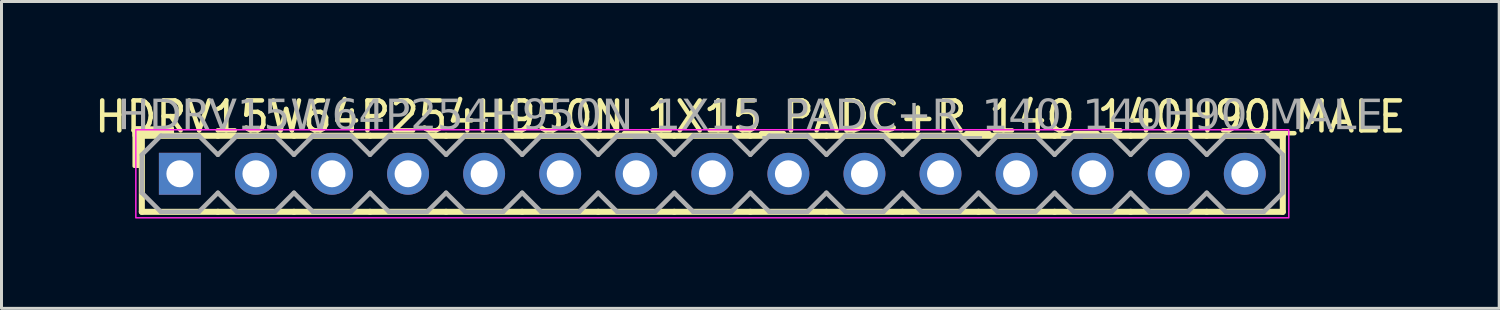
<source format=kicad_pcb>
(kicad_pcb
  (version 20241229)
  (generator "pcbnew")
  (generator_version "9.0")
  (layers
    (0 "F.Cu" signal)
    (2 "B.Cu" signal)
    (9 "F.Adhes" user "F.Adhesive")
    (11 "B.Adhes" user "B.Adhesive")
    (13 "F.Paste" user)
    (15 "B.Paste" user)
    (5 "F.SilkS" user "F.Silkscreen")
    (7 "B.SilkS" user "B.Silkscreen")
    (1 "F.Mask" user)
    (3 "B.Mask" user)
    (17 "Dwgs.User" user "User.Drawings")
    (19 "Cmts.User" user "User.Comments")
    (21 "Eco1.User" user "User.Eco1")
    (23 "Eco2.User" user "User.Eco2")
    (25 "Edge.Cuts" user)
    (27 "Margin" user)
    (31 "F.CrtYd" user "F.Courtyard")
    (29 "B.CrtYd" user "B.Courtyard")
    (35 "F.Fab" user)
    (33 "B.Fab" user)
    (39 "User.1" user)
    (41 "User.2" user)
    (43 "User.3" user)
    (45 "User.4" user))
  (footprint "HDRV15W64P254H950N_1X15_PADC+R_140_140H90_MALE"
    (layer "F.Cu")
    (at 20.736 2.753)
    (property "Reference" "HDRV15W64P254H950N_1X15_PADC+R_140_140H90_MALE" (at 1.27 -1.905 0) (layer "F.SilkS") (effects (font (size 1 1) (thickness 0.15))))
    (attr through_hole)
    (fp_line (start -19.05 1.27) (end -19.05 -1.27) (stroke (width 0.203) (type solid)) (layer "F.SilkS"))
    (fp_line (start -16.51 -1.27) (end -19.05 -1.27) (stroke (width 0.203) (type solid)) (layer "F.SilkS"))
    (fp_line (start -16.51 1.27) (end -19.05 1.27) (stroke (width 0.203) (type solid)) (layer "F.SilkS"))
    (fp_line (start -13.97 -1.27) (end -16.51 -1.27) (stroke (width 0.203) (type solid)) (layer "F.SilkS"))
    (fp_line (start -13.97 1.27) (end -16.51 1.27) (stroke (width 0.203) (type solid)) (layer "F.SilkS"))
    (fp_line (start -11.43 -1.27) (end -13.97 -1.27) (stroke (width 0.203) (type solid)) (layer "F.SilkS"))
    (fp_line (start -11.43 1.27) (end -13.97 1.27) (stroke (width 0.203) (type solid)) (layer "F.SilkS"))
    (fp_line (start -8.89 -1.27) (end -11.43 -1.27) (stroke (width 0.203) (type solid)) (layer "F.SilkS"))
    (fp_line (start -8.89 1.27) (end -11.43 1.27) (stroke (width 0.203) (type solid)) (layer "F.SilkS"))
    (fp_line (start -6.35 -1.27) (end -8.89 -1.27) (stroke (width 0.203) (type solid)) (layer "F.SilkS"))
    (fp_line (start -6.35 1.27) (end -8.89 1.27) (stroke (width 0.203) (type solid)) (layer "F.SilkS"))
    (fp_line (start -3.81 -1.27) (end -6.35 -1.27) (stroke (width 0.203) (type solid)) (layer "F.SilkS"))
    (fp_line (start -3.81 1.27) (end -6.35 1.27) (stroke (width 0.203) (type solid)) (layer "F.SilkS"))
    (fp_line (start -1.27 -1.27) (end -3.81 -1.27) (stroke (width 0.203) (type solid)) (layer "F.SilkS"))
    (fp_line (start -1.27 1.27) (end -3.81 1.27) (stroke (width 0.203) (type solid)) (layer "F.SilkS"))
    (fp_line (start 1.27 -1.27) (end -1.27 -1.27) (stroke (width 0.203) (type solid)) (layer "F.SilkS"))
    (fp_line (start 1.27 1.27) (end -1.27 1.27) (stroke (width 0.203) (type solid)) (layer "F.SilkS"))
    (fp_line (start 3.81 -1.27) (end 1.27 -1.27) (stroke (width 0.203) (type solid)) (layer "F.SilkS"))
    (fp_line (start 3.81 1.27) (end 1.27 1.27) (stroke (width 0.203) (type solid)) (layer "F.SilkS"))
    (fp_line (start 6.35 -1.27) (end 3.81 -1.27) (stroke (width 0.203) (type solid)) (layer "F.SilkS"))
    (fp_line (start 6.35 1.27) (end 3.81 1.27) (stroke (width 0.203) (type solid)) (layer "F.SilkS"))
    (fp_line (start 8.89 -1.27) (end 6.35 -1.27) (stroke (width 0.203) (type solid)) (layer "F.SilkS"))
    (fp_line (start 8.89 1.27) (end 6.35 1.27) (stroke (width 0.203) (type solid)) (layer "F.SilkS"))
    (fp_line (start 11.43 -1.27) (end 8.89 -1.27) (stroke (width 0.203) (type solid)) (layer "F.SilkS"))
    (fp_line (start 11.43 1.27) (end 8.89 1.27) (stroke (width 0.203) (type solid)) (layer "F.SilkS"))
    (fp_line (start 13.97 -1.27) (end 11.43 -1.27) (stroke (width 0.203) (type solid)) (layer "F.SilkS"))
    (fp_line (start 13.97 1.27) (end 11.43 1.27) (stroke (width 0.203) (type solid)) (layer "F.SilkS"))
    (fp_line (start 16.51 -1.27) (end 13.97 -1.27) (stroke (width 0.203) (type solid)) (layer "F.SilkS"))
    (fp_line (start 16.51 1.27) (end 13.97 1.27) (stroke (width 0.203) (type solid)) (layer "F.SilkS"))
    (fp_line (start 19.05 -1.27) (end 16.51 -1.27) (stroke (width 0.203) (type solid)) (layer "F.SilkS"))
    (fp_line (start 19.05 1.27) (end 16.51 1.27) (stroke (width 0.203) (type solid)) (layer "F.SilkS"))
    (fp_line (start 19.05 1.27) (end 19.05 -1.27) (stroke (width 0.203) (type solid)) (layer "F.SilkS"))
    (fp_rect (start -19.304 -0.254) (end -19.05 -1.524) (stroke (width 0.12) (type solid)) (fill yes) (layer "F.SilkS"))
    (fp_rect (start -18.034 -1.27) (end -19.304 -1.524) (stroke (width 0.12) (type solid)) (fill yes) (layer "F.SilkS"))
    (fp_rect (start -19.25 -1.47) (end 19.25 1.47) (stroke (width 0.05) (type default)) (fill no) (layer "F.CrtYd"))
    (fp_line (start -19.05 -0.635) (end -19.05 0.635) (stroke (width 0.152) (type solid)) (layer "F.Fab"))
    (fp_line (start -19.05 -0.635) (end -18.415 -1.27) (stroke (width 0.152) (type solid)) (layer "F.Fab"))
    (fp_line (start -18.415 -1.27) (end -17.145 -1.27) (stroke (width 0.152) (type solid)) (layer "F.Fab"))
    (fp_line (start -18.415 1.27) (end -19.05 0.635) (stroke (width 0.152) (type solid)) (layer "F.Fab"))
    (fp_line (start -17.145 -1.27) (end -16.51 -0.635) (stroke (width 0.152) (type solid)) (layer "F.Fab"))
    (fp_line (start -17.145 1.27) (end -18.415 1.27) (stroke (width 0.152) (type solid)) (layer "F.Fab"))
    (fp_line (start -16.51 -0.635) (end -15.875 -1.27) (stroke (width 0.152) (type solid)) (layer "F.Fab"))
    (fp_line (start -16.51 0.635) (end -17.145 1.27) (stroke (width 0.152) (type solid)) (layer "F.Fab"))
    (fp_line (start -15.875 -1.27) (end -14.605 -1.27) (stroke (width 0.152) (type solid)) (layer "F.Fab"))
    (fp_line (start -15.875 1.27) (end -16.51 0.635) (stroke (width 0.152) (type solid)) (layer "F.Fab"))
    (fp_line (start -14.605 -1.27) (end -13.97 -0.635) (stroke (width 0.152) (type solid)) (layer "F.Fab"))
    (fp_line (start -14.605 1.27) (end -15.875 1.27) (stroke (width 0.152) (type solid)) (layer "F.Fab"))
    (fp_line (start -13.97 -0.635) (end -13.335 -1.27) (stroke (width 0.152) (type solid)) (layer "F.Fab"))
    (fp_line (start -13.97 0.635) (end -14.605 1.27) (stroke (width 0.152) (type solid)) (layer "F.Fab"))
    (fp_line (start -13.335 -1.27) (end -12.065 -1.27) (stroke (width 0.152) (type solid)) (layer "F.Fab"))
    (fp_line (start -13.335 1.27) (end -13.97 0.635) (stroke (width 0.152) (type solid)) (layer "F.Fab"))
    (fp_line (start -12.065 -1.27) (end -11.43 -0.635) (stroke (width 0.152) (type solid)) (layer "F.Fab"))
    (fp_line (start -12.065 1.27) (end -13.335 1.27) (stroke (width 0.152) (type solid)) (layer "F.Fab"))
    (fp_line (start -11.43 -0.635) (end -10.795 -1.27) (stroke (width 0.152) (type solid)) (layer "F.Fab"))
    (fp_line (start -11.43 0.635) (end -12.065 1.27) (stroke (width 0.152) (type solid)) (layer "F.Fab"))
    (fp_line (start -10.795 -1.27) (end -9.525 -1.27) (stroke (width 0.152) (type solid)) (layer "F.Fab"))
    (fp_line (start -10.795 1.27) (end -11.43 0.635) (stroke (width 0.152) (type solid)) (layer "F.Fab"))
    (fp_line (start -9.525 -1.27) (end -8.89 -0.635) (stroke (width 0.152) (type solid)) (layer "F.Fab"))
    (fp_line (start -9.525 1.27) (end -10.795 1.27) (stroke (width 0.152) (type solid)) (layer "F.Fab"))
    (fp_line (start -8.89 -0.635) (end -8.255 -1.27) (stroke (width 0.152) (type solid)) (layer "F.Fab"))
    (fp_line (start -8.89 0.635) (end -9.525 1.27) (stroke (width 0.152) (type solid)) (layer "F.Fab"))
    (fp_line (start -8.255 -1.27) (end -6.985 -1.27) (stroke (width 0.152) (type solid)) (layer "F.Fab"))
    (fp_line (start -8.255 1.27) (end -8.89 0.635) (stroke (width 0.152) (type solid)) (layer "F.Fab"))
    (fp_line (start -6.985 -1.27) (end -6.35 -0.635) (stroke (width 0.152) (type solid)) (layer "F.Fab"))
    (fp_line (start -6.985 1.27) (end -8.255 1.27) (stroke (width 0.152) (type solid)) (layer "F.Fab"))
    (fp_line (start -6.35 -0.635) (end -5.715 -1.27) (stroke (width 0.152) (type solid)) (layer "F.Fab"))
    (fp_line (start -6.35 0.635) (end -6.985 1.27) (stroke (width 0.152) (type solid)) (layer "F.Fab"))
    (fp_line (start -5.715 -1.27) (end -4.445 -1.27) (stroke (width 0.152) (type solid)) (layer "F.Fab"))
    (fp_line (start -5.715 1.27) (end -6.35 0.635) (stroke (width 0.152) (type solid)) (layer "F.Fab"))
    (fp_line (start -4.445 -1.27) (end -3.81 -0.635) (stroke (width 0.152) (type solid)) (layer "F.Fab"))
    (fp_line (start -4.445 1.27) (end -5.715 1.27) (stroke (width 0.152) (type solid)) (layer "F.Fab"))
    (fp_line (start -3.81 -0.635) (end -3.175 -1.27) (stroke (width 0.152) (type solid)) (layer "F.Fab"))
    (fp_line (start -3.81 0.635) (end -4.445 1.27) (stroke (width 0.152) (type solid)) (layer "F.Fab"))
    (fp_line (start -3.175 -1.27) (end -1.905 -1.27) (stroke (width 0.152) (type solid)) (layer "F.Fab"))
    (fp_line (start -3.175 1.27) (end -3.81 0.635) (stroke (width 0.152) (type solid)) (layer "F.Fab"))
    (fp_line (start -1.905 -1.27) (end -1.27 -0.635) (stroke (width 0.152) (type solid)) (layer "F.Fab"))
    (fp_line (start -1.905 1.27) (end -3.175 1.27) (stroke (width 0.152) (type solid)) (layer "F.Fab"))
    (fp_line (start -1.27 -0.635) (end -0.635 -1.27) (stroke (width 0.152) (type solid)) (layer "F.Fab"))
    (fp_line (start -1.27 0.635) (end -1.905 1.27) (stroke (width 0.152) (type solid)) (layer "F.Fab"))
    (fp_line (start -0.635 -1.27) (end 0.635 -1.27) (stroke (width 0.152) (type solid)) (layer "F.Fab"))
    (fp_line (start -0.635 1.27) (end -1.27 0.635) (stroke (width 0.152) (type solid)) (layer "F.Fab"))
    (fp_line (start 0.635 -1.27) (end 1.27 -0.635) (stroke (width 0.152) (type solid)) (layer "F.Fab"))
    (fp_line (start 0.635 1.27) (end -0.635 1.27) (stroke (width 0.152) (type solid)) (layer "F.Fab"))
    (fp_line (start 1.27 -0.635) (end 1.905 -1.27) (stroke (width 0.152) (type solid)) (layer "F.Fab"))
    (fp_line (start 1.27 0.635) (end 0.635 1.27) (stroke (width 0.152) (type solid)) (layer "F.Fab"))
    (fp_line (start 1.905 -1.27) (end 3.175 -1.27) (stroke (width 0.152) (type solid)) (layer "F.Fab"))
    (fp_line (start 1.905 1.27) (end 1.27 0.635) (stroke (width 0.152) (type solid)) (layer "F.Fab"))
    (fp_line (start 3.175 -1.27) (end 3.81 -0.635) (stroke (width 0.152) (type solid)) (layer "F.Fab"))
    (fp_line (start 3.175 1.27) (end 1.905 1.27) (stroke (width 0.152) (type solid)) (layer "F.Fab"))
    (fp_line (start 3.81 -0.635) (end 4.445 -1.27) (stroke (width 0.152) (type solid)) (layer "F.Fab"))
    (fp_line (start 3.81 0.635) (end 3.175 1.27) (stroke (width 0.152) (type solid)) (layer "F.Fab"))
    (fp_line (start 4.445 -1.27) (end 5.715 -1.27) (stroke (width 0.152) (type solid)) (layer "F.Fab"))
    (fp_line (start 4.445 1.27) (end 3.81 0.635) (stroke (width 0.152) (type solid)) (layer "F.Fab"))
    (fp_line (start 5.715 -1.27) (end 6.35 -0.635) (stroke (width 0.152) (type solid)) (layer "F.Fab"))
    (fp_line (start 5.715 1.27) (end 4.445 1.27) (stroke (width 0.152) (type solid)) (layer "F.Fab"))
    (fp_line (start 6.35 -0.635) (end 6.985 -1.27) (stroke (width 0.152) (type solid)) (layer "F.Fab"))
    (fp_line (start 6.35 0.635) (end 5.715 1.27) (stroke (width 0.152) (type solid)) (layer "F.Fab"))
    (fp_line (start 6.985 -1.27) (end 8.255 -1.27) (stroke (width 0.152) (type solid)) (layer "F.Fab"))
    (fp_line (start 6.985 1.27) (end 6.35 0.635) (stroke (width 0.152) (type solid)) (layer "F.Fab"))
    (fp_line (start 8.255 -1.27) (end 8.89 -0.635) (stroke (width 0.152) (type solid)) (layer "F.Fab"))
    (fp_line (start 8.255 1.27) (end 6.985 1.27) (stroke (width 0.152) (type solid)) (layer "F.Fab"))
    (fp_line (start 8.89 -0.635) (end 9.525 -1.27) (stroke (width 0.152) (type solid)) (layer "F.Fab"))
    (fp_line (start 8.89 0.635) (end 8.255 1.27) (stroke (width 0.152) (type solid)) (layer "F.Fab"))
    (fp_line (start 9.525 -1.27) (end 10.795 -1.27) (stroke (width 0.152) (type solid)) (layer "F.Fab"))
    (fp_line (start 9.525 1.27) (end 8.89 0.635) (stroke (width 0.152) (type solid)) (layer "F.Fab"))
    (fp_line (start 10.795 -1.27) (end 11.43 -0.635) (stroke (width 0.152) (type solid)) (layer "F.Fab"))
    (fp_line (start 10.795 1.27) (end 9.525 1.27) (stroke (width 0.152) (type solid)) (layer "F.Fab"))
    (fp_line (start 11.43 -0.635) (end 12.065 -1.27) (stroke (width 0.152) (type solid)) (layer "F.Fab"))
    (fp_line (start 11.43 0.635) (end 10.795 1.27) (stroke (width 0.152) (type solid)) (layer "F.Fab"))
    (fp_line (start 12.065 -1.27) (end 13.335 -1.27) (stroke (width 0.152) (type solid)) (layer "F.Fab"))
    (fp_line (start 12.065 1.27) (end 11.43 0.635) (stroke (width 0.152) (type solid)) (layer "F.Fab"))
    (fp_line (start 13.335 -1.27) (end 13.97 -0.635) (stroke (width 0.152) (type solid)) (layer "F.Fab"))
    (fp_line (start 13.335 1.27) (end 12.065 1.27) (stroke (width 0.152) (type solid)) (layer "F.Fab"))
    (fp_line (start 13.97 -0.635) (end 14.605 -1.27) (stroke (width 0.152) (type solid)) (layer "F.Fab"))
    (fp_line (start 13.97 0.635) (end 13.335 1.27) (stroke (width 0.152) (type solid)) (layer "F.Fab"))
    (fp_line (start 14.605 -1.27) (end 15.875 -1.27) (stroke (width 0.152) (type solid)) (layer "F.Fab"))
    (fp_line (start 14.605 1.27) (end 13.97 0.635) (stroke (width 0.152) (type solid)) (layer "F.Fab"))
    (fp_line (start 15.875 -1.27) (end 16.51 -0.635) (stroke (width 0.152) (type solid)) (layer "F.Fab"))
    (fp_line (start 15.875 1.27) (end 14.605 1.27) (stroke (width 0.152) (type solid)) (layer "F.Fab"))
    (fp_line (start 16.51 -0.635) (end 17.145 -1.27) (stroke (width 0.152) (type solid)) (layer "F.Fab"))
    (fp_line (start 16.51 0.635) (end 15.875 1.27) (stroke (width 0.152) (type solid)) (layer "F.Fab"))
    (fp_line (start 17.145 -1.27) (end 18.415 -1.27) (stroke (width 0.152) (type solid)) (layer "F.Fab"))
    (fp_line (start 17.145 1.27) (end 16.51 0.635) (stroke (width 0.152) (type solid)) (layer "F.Fab"))
    (fp_line (start 18.415 -1.27) (end 19.05 -0.635) (stroke (width 0.152) (type solid)) (layer "F.Fab"))
    (fp_line (start 18.415 1.27) (end 17.145 1.27) (stroke (width 0.152) (type solid)) (layer "F.Fab"))
    (fp_line (start 19.05 -0.635) (end 19.05 0.635) (stroke (width 0.152) (type solid)) (layer "F.Fab"))
    (fp_line (start 19.05 0.635) (end 18.415 1.27) (stroke (width 0.152) (type solid)) (layer "F.Fab"))
    (fp_rect (start -17.526 -0.254) (end -18.034 0.254) (stroke (width 0.152) (type solid)) (fill no) (layer "F.Fab"))
    (fp_rect (start -14.986 -0.254) (end -15.494 0.254) (stroke (width 0.152) (type solid)) (fill no) (layer "F.Fab"))
    (fp_rect (start -12.446 -0.254) (end -12.954 0.254) (stroke (width 0.152) (type solid)) (fill no) (layer "F.Fab"))
    (fp_rect (start -9.906 -0.254) (end -10.414 0.254) (stroke (width 0.152) (type solid)) (fill no) (layer "F.Fab"))
    (fp_rect (start -7.366 -0.254) (end -7.874 0.254) (stroke (width 0.152) (type solid)) (fill no) (layer "F.Fab"))
    (fp_rect (start -4.826 -0.254) (end -5.334 0.254) (stroke (width 0.152) (type solid)) (fill no) (layer "F.Fab"))
    (fp_rect (start -2.286 -0.254) (end -2.794 0.254) (stroke (width 0.152) (type solid)) (fill no) (layer "F.Fab"))
    (fp_rect (start 0.254 -0.254) (end -0.254 0.254) (stroke (width 0.152) (type solid)) (fill no) (layer "F.Fab"))
    (fp_rect (start 2.794 -0.254) (end 2.286 0.254) (stroke (width 0.152) (type solid)) (fill no) (layer "F.Fab"))
    (fp_rect (start 5.334 -0.254) (end 4.826 0.254) (stroke (width 0.152) (type solid)) (fill no) (layer "F.Fab"))
    (fp_rect (start 7.874 -0.254) (end 7.366 0.254) (stroke (width 0.152) (type solid)) (fill no) (layer "F.Fab"))
    (fp_rect (start 10.414 -0.254) (end 9.906 0.254) (stroke (width 0.152) (type solid)) (fill no) (layer "F.Fab"))
    (fp_rect (start 12.954 -0.254) (end 12.446 0.254) (stroke (width 0.152) (type solid)) (fill no) (layer "F.Fab"))
    (fp_rect (start 15.494 -0.254) (end 14.986 0.254) (stroke (width 0.152) (type solid)) (fill no) (layer "F.Fab"))
    (fp_rect (start 18.034 -0.254) (end 17.526 0.254) (stroke (width 0.152) (type solid)) (fill no) (layer "F.Fab"))
    (fp_text user "${REFERENCE}" (at 1.27 -1.905 0) (layer "F.Fab") (effects (font (face "Tahoma") (size 1 1) (thickness 0.15))))
    (pad "1" thru_hole rect (at -17.78 0) (size 1.4 1.4) (drill 0.9) (layers "*.Cu" "*.Mask"))
    (pad "2" thru_hole circle (at -15.24 0) (size 1.4 1.4) (drill 0.9) (layers "*.Cu" "*.Mask"))
    (pad "3" thru_hole circle (at -12.7 0) (size 1.4 1.4) (drill 0.9) (layers "*.Cu" "*.Mask"))
    (pad "4" thru_hole circle (at -10.16 0) (size 1.4 1.4) (drill 0.9) (layers "*.Cu" "*.Mask"))
    (pad "5" thru_hole circle (at -7.62 0) (size 1.4 1.4) (drill 0.9) (layers "*.Cu" "*.Mask"))
    (pad "6" thru_hole circle (at -5.08 0) (size 1.4 1.4) (drill 0.9) (layers "*.Cu" "*.Mask"))
    (pad "7" thru_hole circle (at -2.54 0) (size 1.4 1.4) (drill 0.9) (layers "*.Cu" "*.Mask"))
    (pad "8" thru_hole circle (at 0 0) (size 1.4 1.4) (drill 0.9) (layers "*.Cu" "*.Mask"))
    (pad "9" thru_hole circle (at 2.54 0) (size 1.4 1.4) (drill 0.9) (layers "*.Cu" "*.Mask"))
    (pad "10" thru_hole circle (at 5.08 0) (size 1.4 1.4) (drill 0.9) (layers "*.Cu" "*.Mask"))
    (pad "11" thru_hole circle (at 7.62 0) (size 1.4 1.4) (drill 0.9) (layers "*.Cu" "*.Mask"))
    (pad "12" thru_hole circle (at 10.16 0) (size 1.4 1.4) (drill 0.9) (layers "*.Cu" "*.Mask"))
    (pad "13" thru_hole circle (at 12.7 0) (size 1.4 1.4) (drill 0.9) (layers "*.Cu" "*.Mask"))
    (pad "14" thru_hole circle (at 15.24 0) (size 1.4 1.4) (drill 0.9) (layers "*.Cu" "*.Mask"))
    (pad "15" thru_hole circle (at 17.78 0) (size 1.4 1.4) (drill 0.9) (layers "*.Cu" "*.Mask")))
  (gr_rect
    (start -3 -3)
    (end 47.012 7.248)
    (stroke (width 0.1) (type default))
    (fill no)
    (layer "Edge.Cuts")))
</source>
